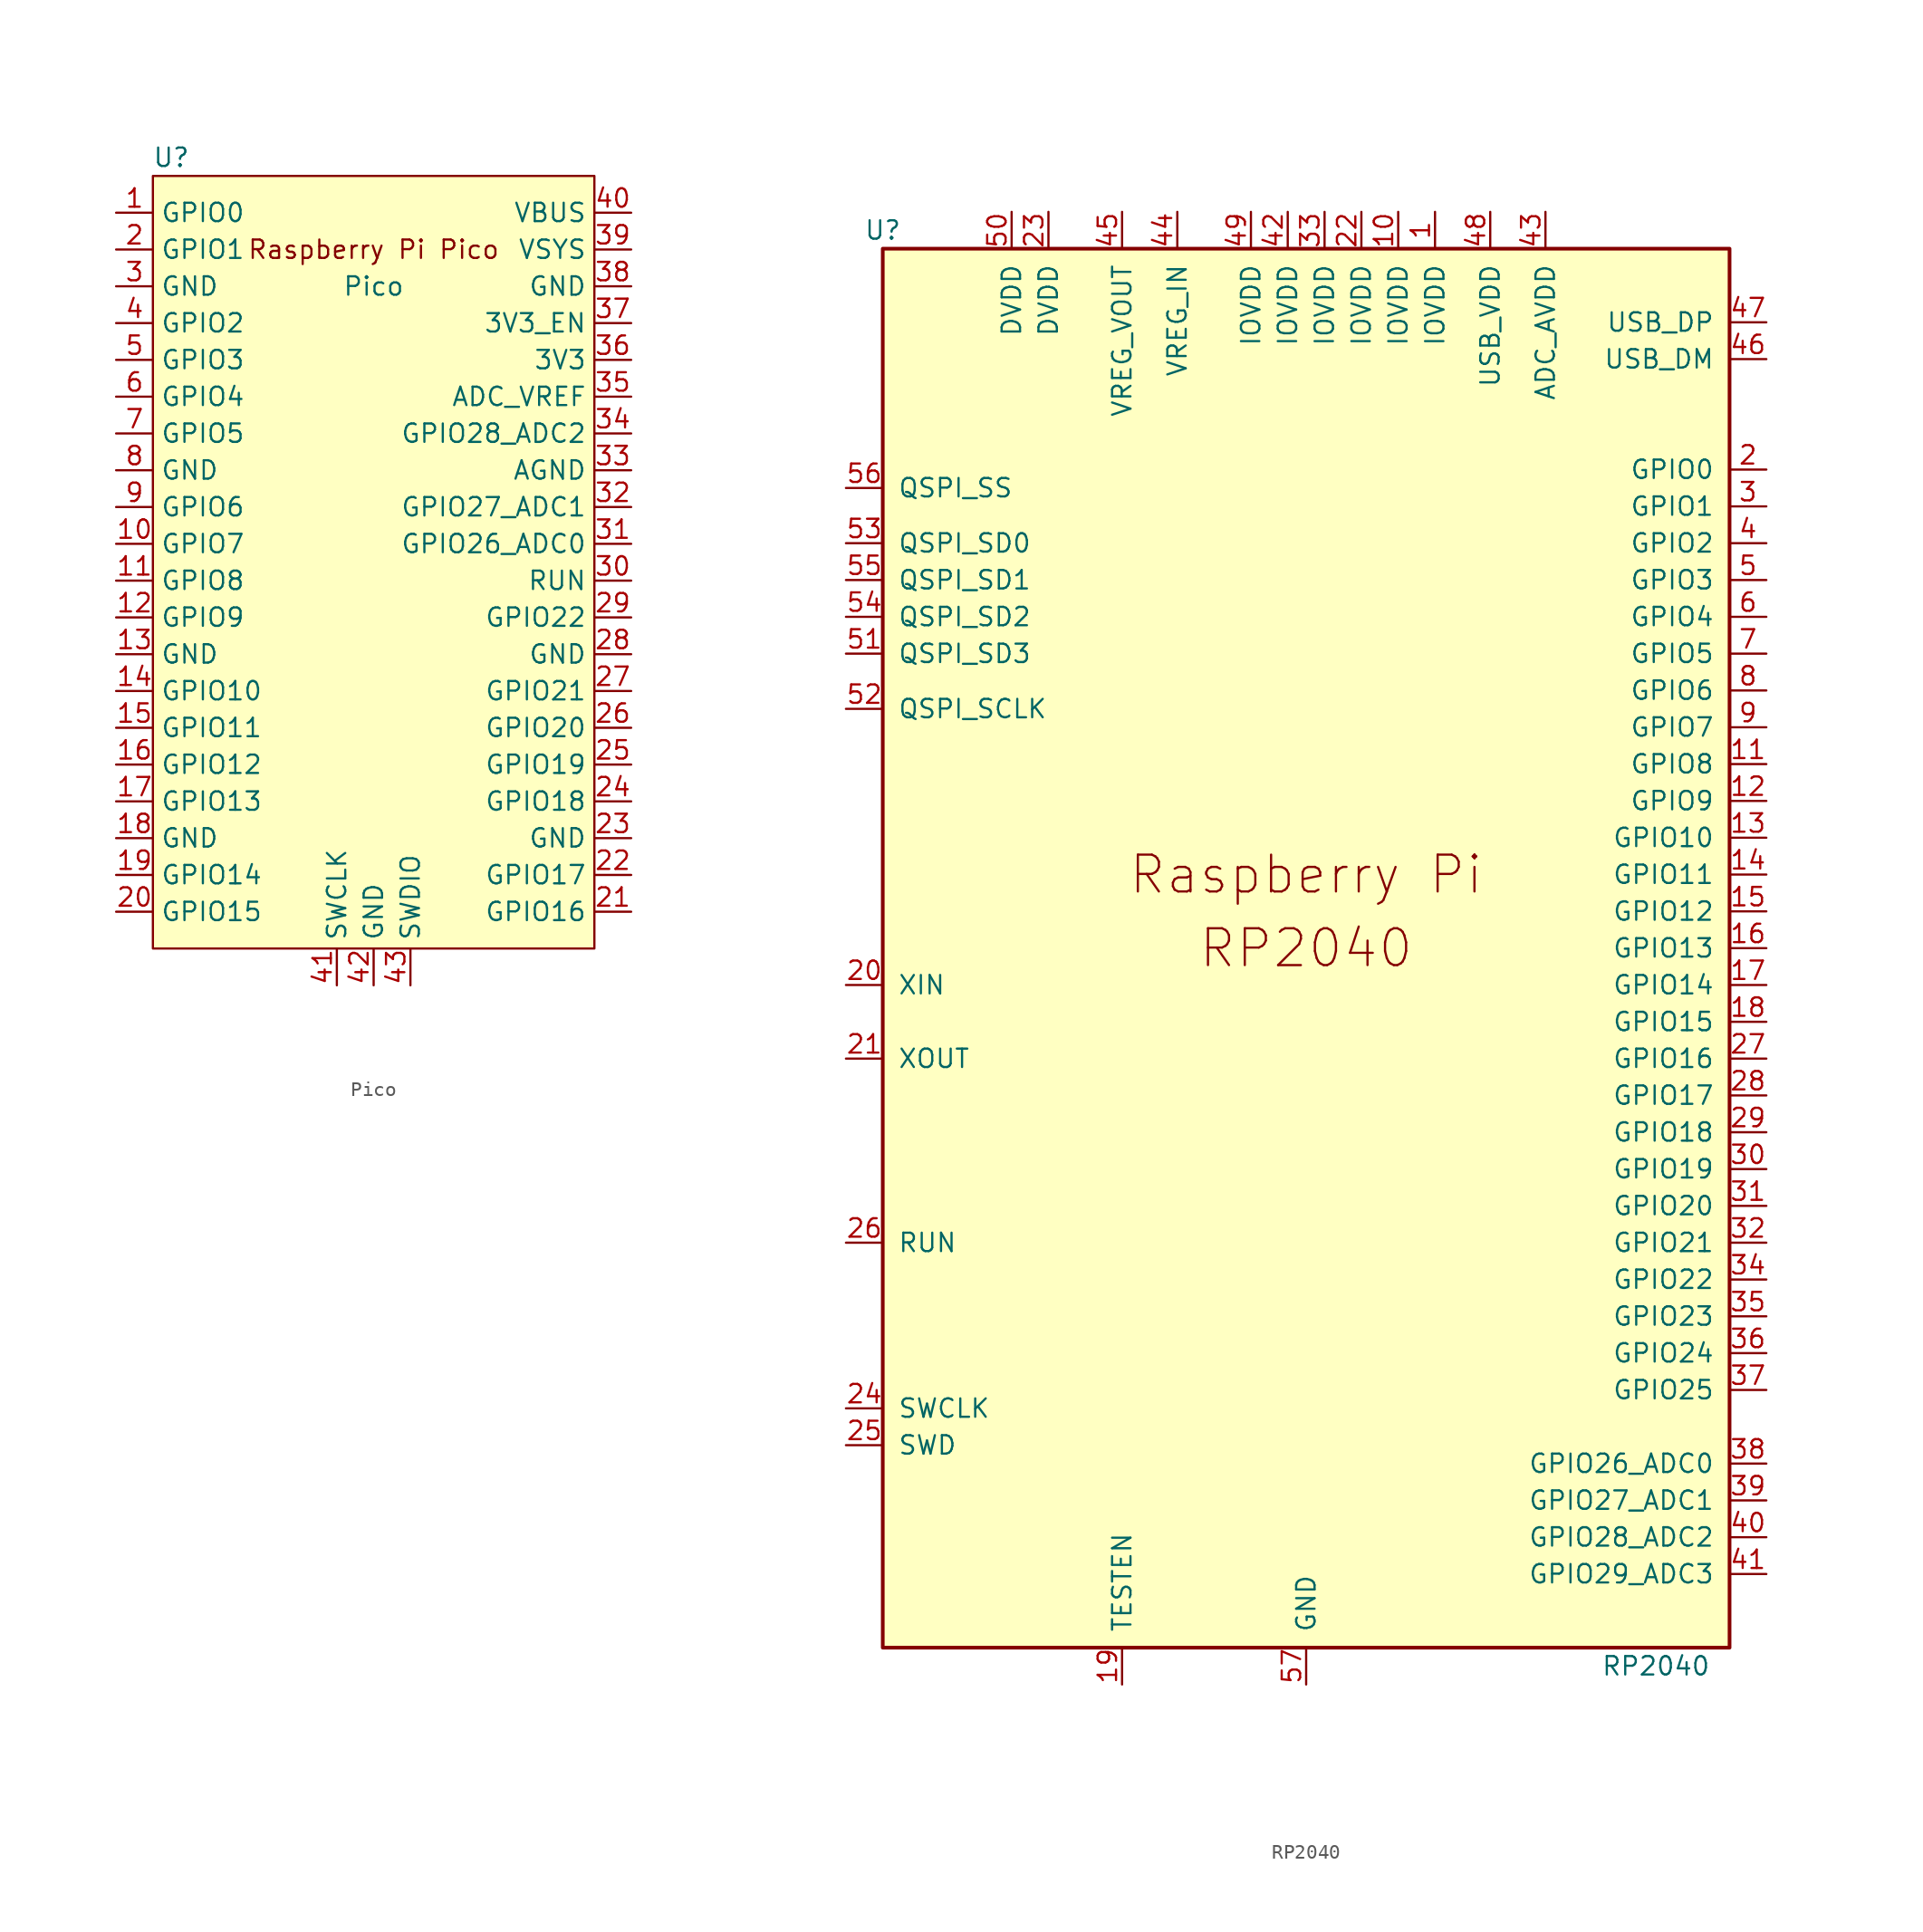
<source format=kicad_sym>
(kicad_symbol_lib
  (version 20211014)
  (generator kicad_symbol_editor)
  (symbol "Pico"
    (property "Reference" "U"
      (at -13.97 27.94 0)
      (effects (font (size 1.27 1.27))))
    (property "Value" "Pico"
      (at 0 19.05 0)
      (effects (font (size 1.27 1.27))))
    (symbol "Pico_0_0"
      (text "Raspberry Pi Pico" (at 0 21.59 0) (effects (font (size 1.27 1.27)))))
    (symbol "Pico_0_1"
      (rectangle (start -15.24 26.67) (end 15.24 -26.67) (stroke (width 0) (type default) (color 0 0 0 0)) (fill (type background))))
    (symbol "Pico_1_1"
      (pin bidirectional line (at -17.78 24.13 0) (length 2.54) (name "GPIO0" (effects (font (size 1.27 1.27)))) (number "1" (effects (font (size 1.27 1.27)))))
      (pin bidirectional line (at -17.78 1.27 0) (length 2.54) (name "GPIO7" (effects (font (size 1.27 1.27)))) (number "10" (effects (font (size 1.27 1.27)))))
      (pin bidirectional line (at -17.78 -1.27 0) (length 2.54) (name "GPIO8" (effects (font (size 1.27 1.27)))) (number "11" (effects (font (size 1.27 1.27)))))
      (pin bidirectional line (at -17.78 -3.81 0) (length 2.54) (name "GPIO9" (effects (font (size 1.27 1.27)))) (number "12" (effects (font (size 1.27 1.27)))))
      (pin power_in line (at -17.78 -6.35 0) (length 2.54) (name "GND" (effects (font (size 1.27 1.27)))) (number "13" (effects (font (size 1.27 1.27)))))
      (pin bidirectional line (at -17.78 -8.89 0) (length 2.54) (name "GPIO10" (effects (font (size 1.27 1.27)))) (number "14" (effects (font (size 1.27 1.27)))))
      (pin bidirectional line (at -17.78 -11.43 0) (length 2.54) (name "GPIO11" (effects (font (size 1.27 1.27)))) (number "15" (effects (font (size 1.27 1.27)))))
      (pin bidirectional line (at -17.78 -13.97 0) (length 2.54) (name "GPIO12" (effects (font (size 1.27 1.27)))) (number "16" (effects (font (size 1.27 1.27)))))
      (pin bidirectional line (at -17.78 -16.51 0) (length 2.54) (name "GPIO13" (effects (font (size 1.27 1.27)))) (number "17" (effects (font (size 1.27 1.27)))))
      (pin power_in line (at -17.78 -19.05 0) (length 2.54) (name "GND" (effects (font (size 1.27 1.27)))) (number "18" (effects (font (size 1.27 1.27)))))
      (pin bidirectional line (at -17.78 -21.59 0) (length 2.54) (name "GPIO14" (effects (font (size 1.27 1.27)))) (number "19" (effects (font (size 1.27 1.27)))))
      (pin bidirectional line (at -17.78 21.59 0) (length 2.54) (name "GPIO1" (effects (font (size 1.27 1.27)))) (number "2" (effects (font (size 1.27 1.27)))))
      (pin bidirectional line (at -17.78 -24.13 0) (length 2.54) (name "GPIO15" (effects (font (size 1.27 1.27)))) (number "20" (effects (font (size 1.27 1.27)))))
      (pin bidirectional line (at 17.78 -24.13 180) (length 2.54) (name "GPIO16" (effects (font (size 1.27 1.27)))) (number "21" (effects (font (size 1.27 1.27)))))
      (pin bidirectional line (at 17.78 -21.59 180) (length 2.54) (name "GPIO17" (effects (font (size 1.27 1.27)))) (number "22" (effects (font (size 1.27 1.27)))))
      (pin power_in line (at 17.78 -19.05 180) (length 2.54) (name "GND" (effects (font (size 1.27 1.27)))) (number "23" (effects (font (size 1.27 1.27)))))
      (pin bidirectional line (at 17.78 -16.51 180) (length 2.54) (name "GPIO18" (effects (font (size 1.27 1.27)))) (number "24" (effects (font (size 1.27 1.27)))))
      (pin bidirectional line (at 17.78 -13.97 180) (length 2.54) (name "GPIO19" (effects (font (size 1.27 1.27)))) (number "25" (effects (font (size 1.27 1.27)))))
      (pin bidirectional line (at 17.78 -11.43 180) (length 2.54) (name "GPIO20" (effects (font (size 1.27 1.27)))) (number "26" (effects (font (size 1.27 1.27)))))
      (pin bidirectional line (at 17.78 -8.89 180) (length 2.54) (name "GPIO21" (effects (font (size 1.27 1.27)))) (number "27" (effects (font (size 1.27 1.27)))))
      (pin power_in line (at 17.78 -6.35 180) (length 2.54) (name "GND" (effects (font (size 1.27 1.27)))) (number "28" (effects (font (size 1.27 1.27)))))
      (pin bidirectional line (at 17.78 -3.81 180) (length 2.54) (name "GPIO22" (effects (font (size 1.27 1.27)))) (number "29" (effects (font (size 1.27 1.27)))))
      (pin power_in line (at -17.78 19.05 0) (length 2.54) (name "GND" (effects (font (size 1.27 1.27)))) (number "3" (effects (font (size 1.27 1.27)))))
      (pin input line (at 17.78 -1.27 180) (length 2.54) (name "RUN" (effects (font (size 1.27 1.27)))) (number "30" (effects (font (size 1.27 1.27)))))
      (pin bidirectional line (at 17.78 1.27 180) (length 2.54) (name "GPIO26_ADC0" (effects (font (size 1.27 1.27)))) (number "31" (effects (font (size 1.27 1.27)))))
      (pin bidirectional line (at 17.78 3.81 180) (length 2.54) (name "GPIO27_ADC1" (effects (font (size 1.27 1.27)))) (number "32" (effects (font (size 1.27 1.27)))))
      (pin power_in line (at 17.78 6.35 180) (length 2.54) (name "AGND" (effects (font (size 1.27 1.27)))) (number "33" (effects (font (size 1.27 1.27)))))
      (pin bidirectional line (at 17.78 8.89 180) (length 2.54) (name "GPIO28_ADC2" (effects (font (size 1.27 1.27)))) (number "34" (effects (font (size 1.27 1.27)))))
      (pin power_in line (at 17.78 11.43 180) (length 2.54) (name "ADC_VREF" (effects (font (size 1.27 1.27)))) (number "35" (effects (font (size 1.27 1.27)))))
      (pin power_in line (at 17.78 13.97 180) (length 2.54) (name "3V3" (effects (font (size 1.27 1.27)))) (number "36" (effects (font (size 1.27 1.27)))))
      (pin input line (at 17.78 16.51 180) (length 2.54) (name "3V3_EN" (effects (font (size 1.27 1.27)))) (number "37" (effects (font (size 1.27 1.27)))))
      (pin bidirectional line (at 17.78 19.05 180) (length 2.54) (name "GND" (effects (font (size 1.27 1.27)))) (number "38" (effects (font (size 1.27 1.27)))))
      (pin power_in line (at 17.78 21.59 180) (length 2.54) (name "VSYS" (effects (font (size 1.27 1.27)))) (number "39" (effects (font (size 1.27 1.27)))))
      (pin bidirectional line (at -17.78 16.51 0) (length 2.54) (name "GPIO2" (effects (font (size 1.27 1.27)))) (number "4" (effects (font (size 1.27 1.27)))))
      (pin power_in line (at 17.78 24.13 180) (length 2.54) (name "VBUS" (effects (font (size 1.27 1.27)))) (number "40" (effects (font (size 1.27 1.27)))))
      (pin input line (at -2.54 -29.21 90) (length 2.54) (name "SWCLK" (effects (font (size 1.27 1.27)))) (number "41" (effects (font (size 1.27 1.27)))))
      (pin power_in line (at 0 -29.21 90) (length 2.54) (name "GND" (effects (font (size 1.27 1.27)))) (number "42" (effects (font (size 1.27 1.27)))))
      (pin bidirectional line (at 2.54 -29.21 90) (length 2.54) (name "SWDIO" (effects (font (size 1.27 1.27)))) (number "43" (effects (font (size 1.27 1.27)))))
      (pin bidirectional line (at -17.78 13.97 0) (length 2.54) (name "GPIO3" (effects (font (size 1.27 1.27)))) (number "5" (effects (font (size 1.27 1.27)))))
      (pin bidirectional line (at -17.78 11.43 0) (length 2.54) (name "GPIO4" (effects (font (size 1.27 1.27)))) (number "6" (effects (font (size 1.27 1.27)))))
      (pin bidirectional line (at -17.78 8.89 0) (length 2.54) (name "GPIO5" (effects (font (size 1.27 1.27)))) (number "7" (effects (font (size 1.27 1.27)))))
      (pin power_in line (at -17.78 6.35 0) (length 2.54) (name "GND" (effects (font (size 1.27 1.27)))) (number "8" (effects (font (size 1.27 1.27)))))
      (pin bidirectional line (at -17.78 3.81 0) (length 2.54) (name "GPIO6" (effects (font (size 1.27 1.27)))) (number "9" (effects (font (size 1.27 1.27)))))))
  (symbol "RP2040"
    (pin_names
      (offset 1.016))
    (property "Reference" "U"
      (at -29.21 49.53 0)
      (effects (font (size 1.27 1.27))))
    (property "Value" "RP2040"
      (at 24.13 -49.53 0)
      (effects (font (size 1.27 1.27))))
    (symbol "RP2040_0_0"
      (text "Raspberry Pi" (at 0 5.08 0) (effects (font (size 2.54 2.54))))
      (text "RP2040" (at 0 0 0) (effects (font (size 2.54 2.54)))))
    (symbol "RP2040_0_1"
      (rectangle (start 29.21 48.26) (end -29.21 -48.26) (stroke (width 0.254) (type default) (color 0 0 0 0)) (fill (type background))))
    (symbol "RP2040_1_1"
      (pin power_in line (at 8.89 50.8 270) (length 2.54) (name "IOVDD" (effects (font (size 1.27 1.27)))) (number "1" (effects (font (size 1.27 1.27)))))
      (pin power_in line (at 6.35 50.8 270) (length 2.54) (name "IOVDD" (effects (font (size 1.27 1.27)))) (number "10" (effects (font (size 1.27 1.27)))))
      (pin bidirectional line (at 31.75 12.7 180) (length 2.54) (name "GPIO8" (effects (font (size 1.27 1.27)))) (number "11" (effects (font (size 1.27 1.27)))))
      (pin bidirectional line (at 31.75 10.16 180) (length 2.54) (name "GPIO9" (effects (font (size 1.27 1.27)))) (number "12" (effects (font (size 1.27 1.27)))))
      (pin bidirectional line (at 31.75 7.62 180) (length 2.54) (name "GPIO10" (effects (font (size 1.27 1.27)))) (number "13" (effects (font (size 1.27 1.27)))))
      (pin bidirectional line (at 31.75 5.08 180) (length 2.54) (name "GPIO11" (effects (font (size 1.27 1.27)))) (number "14" (effects (font (size 1.27 1.27)))))
      (pin bidirectional line (at 31.75 2.54 180) (length 2.54) (name "GPIO12" (effects (font (size 1.27 1.27)))) (number "15" (effects (font (size 1.27 1.27)))))
      (pin bidirectional line (at 31.75 0 180) (length 2.54) (name "GPIO13" (effects (font (size 1.27 1.27)))) (number "16" (effects (font (size 1.27 1.27)))))
      (pin bidirectional line (at 31.75 -2.54 180) (length 2.54) (name "GPIO14" (effects (font (size 1.27 1.27)))) (number "17" (effects (font (size 1.27 1.27)))))
      (pin bidirectional line (at 31.75 -5.08 180) (length 2.54) (name "GPIO15" (effects (font (size 1.27 1.27)))) (number "18" (effects (font (size 1.27 1.27)))))
      (pin passive line (at -12.7 -50.8 90) (length 2.54) (name "TESTEN" (effects (font (size 1.27 1.27)))) (number "19" (effects (font (size 1.27 1.27)))))
      (pin bidirectional line (at 31.75 33.02 180) (length 2.54) (name "GPIO0" (effects (font (size 1.27 1.27)))) (number "2" (effects (font (size 1.27 1.27)))))
      (pin input line (at -31.75 -2.54 0) (length 2.54) (name "XIN" (effects (font (size 1.27 1.27)))) (number "20" (effects (font (size 1.27 1.27)))))
      (pin passive line (at -31.75 -7.62 0) (length 2.54) (name "XOUT" (effects (font (size 1.27 1.27)))) (number "21" (effects (font (size 1.27 1.27)))))
      (pin power_in line (at 3.81 50.8 270) (length 2.54) (name "IOVDD" (effects (font (size 1.27 1.27)))) (number "22" (effects (font (size 1.27 1.27)))))
      (pin power_in line (at -17.78 50.8 270) (length 2.54) (name "DVDD" (effects (font (size 1.27 1.27)))) (number "23" (effects (font (size 1.27 1.27)))))
      (pin output line (at -31.75 -31.75 0) (length 2.54) (name "SWCLK" (effects (font (size 1.27 1.27)))) (number "24" (effects (font (size 1.27 1.27)))))
      (pin bidirectional line (at -31.75 -34.29 0) (length 2.54) (name "SWD" (effects (font (size 1.27 1.27)))) (number "25" (effects (font (size 1.27 1.27)))))
      (pin input line (at -31.75 -20.32 0) (length 2.54) (name "RUN" (effects (font (size 1.27 1.27)))) (number "26" (effects (font (size 1.27 1.27)))))
      (pin bidirectional line (at 31.75 -7.62 180) (length 2.54) (name "GPIO16" (effects (font (size 1.27 1.27)))) (number "27" (effects (font (size 1.27 1.27)))))
      (pin bidirectional line (at 31.75 -10.16 180) (length 2.54) (name "GPIO17" (effects (font (size 1.27 1.27)))) (number "28" (effects (font (size 1.27 1.27)))))
      (pin bidirectional line (at 31.75 -12.7 180) (length 2.54) (name "GPIO18" (effects (font (size 1.27 1.27)))) (number "29" (effects (font (size 1.27 1.27)))))
      (pin bidirectional line (at 31.75 30.48 180) (length 2.54) (name "GPIO1" (effects (font (size 1.27 1.27)))) (number "3" (effects (font (size 1.27 1.27)))))
      (pin bidirectional line (at 31.75 -15.24 180) (length 2.54) (name "GPIO19" (effects (font (size 1.27 1.27)))) (number "30" (effects (font (size 1.27 1.27)))))
      (pin bidirectional line (at 31.75 -17.78 180) (length 2.54) (name "GPIO20" (effects (font (size 1.27 1.27)))) (number "31" (effects (font (size 1.27 1.27)))))
      (pin bidirectional line (at 31.75 -20.32 180) (length 2.54) (name "GPIO21" (effects (font (size 1.27 1.27)))) (number "32" (effects (font (size 1.27 1.27)))))
      (pin power_in line (at 1.27 50.8 270) (length 2.54) (name "IOVDD" (effects (font (size 1.27 1.27)))) (number "33" (effects (font (size 1.27 1.27)))))
      (pin bidirectional line (at 31.75 -22.86 180) (length 2.54) (name "GPIO22" (effects (font (size 1.27 1.27)))) (number "34" (effects (font (size 1.27 1.27)))))
      (pin bidirectional line (at 31.75 -25.4 180) (length 2.54) (name "GPIO23" (effects (font (size 1.27 1.27)))) (number "35" (effects (font (size 1.27 1.27)))))
      (pin bidirectional line (at 31.75 -27.94 180) (length 2.54) (name "GPIO24" (effects (font (size 1.27 1.27)))) (number "36" (effects (font (size 1.27 1.27)))))
      (pin bidirectional line (at 31.75 -30.48 180) (length 2.54) (name "GPIO25" (effects (font (size 1.27 1.27)))) (number "37" (effects (font (size 1.27 1.27)))))
      (pin bidirectional line (at 31.75 -35.56 180) (length 2.54) (name "GPIO26_ADC0" (effects (font (size 1.27 1.27)))) (number "38" (effects (font (size 1.27 1.27)))))
      (pin bidirectional line (at 31.75 -38.1 180) (length 2.54) (name "GPIO27_ADC1" (effects (font (size 1.27 1.27)))) (number "39" (effects (font (size 1.27 1.27)))))
      (pin bidirectional line (at 31.75 27.94 180) (length 2.54) (name "GPIO2" (effects (font (size 1.27 1.27)))) (number "4" (effects (font (size 1.27 1.27)))))
      (pin bidirectional line (at 31.75 -40.64 180) (length 2.54) (name "GPIO28_ADC2" (effects (font (size 1.27 1.27)))) (number "40" (effects (font (size 1.27 1.27)))))
      (pin bidirectional line (at 31.75 -43.18 180) (length 2.54) (name "GPIO29_ADC3" (effects (font (size 1.27 1.27)))) (number "41" (effects (font (size 1.27 1.27)))))
      (pin power_in line (at -1.27 50.8 270) (length 2.54) (name "IOVDD" (effects (font (size 1.27 1.27)))) (number "42" (effects (font (size 1.27 1.27)))))
      (pin power_in line (at 16.51 50.8 270) (length 2.54) (name "ADC_AVDD" (effects (font (size 1.27 1.27)))) (number "43" (effects (font (size 1.27 1.27)))))
      (pin power_in line (at -8.89 50.8 270) (length 2.54) (name "VREG_IN" (effects (font (size 1.27 1.27)))) (number "44" (effects (font (size 1.27 1.27)))))
      (pin power_out line (at -12.7 50.8 270) (length 2.54) (name "VREG_VOUT" (effects (font (size 1.27 1.27)))) (number "45" (effects (font (size 1.27 1.27)))))
      (pin bidirectional line (at 31.75 40.64 180) (length 2.54) (name "USB_DM" (effects (font (size 1.27 1.27)))) (number "46" (effects (font (size 1.27 1.27)))))
      (pin bidirectional line (at 31.75 43.18 180) (length 2.54) (name "USB_DP" (effects (font (size 1.27 1.27)))) (number "47" (effects (font (size 1.27 1.27)))))
      (pin power_in line (at 12.7 50.8 270) (length 2.54) (name "USB_VDD" (effects (font (size 1.27 1.27)))) (number "48" (effects (font (size 1.27 1.27)))))
      (pin power_in line (at -3.81 50.8 270) (length 2.54) (name "IOVDD" (effects (font (size 1.27 1.27)))) (number "49" (effects (font (size 1.27 1.27)))))
      (pin bidirectional line (at 31.75 25.4 180) (length 2.54) (name "GPIO3" (effects (font (size 1.27 1.27)))) (number "5" (effects (font (size 1.27 1.27)))))
      (pin power_in line (at -20.32 50.8 270) (length 2.54) (name "DVDD" (effects (font (size 1.27 1.27)))) (number "50" (effects (font (size 1.27 1.27)))))
      (pin bidirectional line (at -31.75 20.32 0) (length 2.54) (name "QSPI_SD3" (effects (font (size 1.27 1.27)))) (number "51" (effects (font (size 1.27 1.27)))))
      (pin output line (at -31.75 16.51 0) (length 2.54) (name "QSPI_SCLK" (effects (font (size 1.27 1.27)))) (number "52" (effects (font (size 1.27 1.27)))))
      (pin bidirectional line (at -31.75 27.94 0) (length 2.54) (name "QSPI_SD0" (effects (font (size 1.27 1.27)))) (number "53" (effects (font (size 1.27 1.27)))))
      (pin bidirectional line (at -31.75 22.86 0) (length 2.54) (name "QSPI_SD2" (effects (font (size 1.27 1.27)))) (number "54" (effects (font (size 1.27 1.27)))))
      (pin bidirectional line (at -31.75 25.4 0) (length 2.54) (name "QSPI_SD1" (effects (font (size 1.27 1.27)))) (number "55" (effects (font (size 1.27 1.27)))))
      (pin bidirectional line (at -31.75 31.75 0) (length 2.54) (name "QSPI_SS" (effects (font (size 1.27 1.27)))) (number "56" (effects (font (size 1.27 1.27)))))
      (pin power_in line (at 0 -50.8 90) (length 2.54) (name "GND" (effects (font (size 1.27 1.27)))) (number "57" (effects (font (size 1.27 1.27)))))
      (pin bidirectional line (at 31.75 22.86 180) (length 2.54) (name "GPIO4" (effects (font (size 1.27 1.27)))) (number "6" (effects (font (size 1.27 1.27)))))
      (pin bidirectional line (at 31.75 20.32 180) (length 2.54) (name "GPIO5" (effects (font (size 1.27 1.27)))) (number "7" (effects (font (size 1.27 1.27)))))
      (pin bidirectional line (at 31.75 17.78 180) (length 2.54) (name "GPIO6" (effects (font (size 1.27 1.27)))) (number "8" (effects (font (size 1.27 1.27)))))
      (pin bidirectional line (at 31.75 15.24 180) (length 2.54) (name "GPIO7" (effects (font (size 1.27 1.27)))) (number "9" (effects (font (size 1.27 1.27))))))))
</source>
